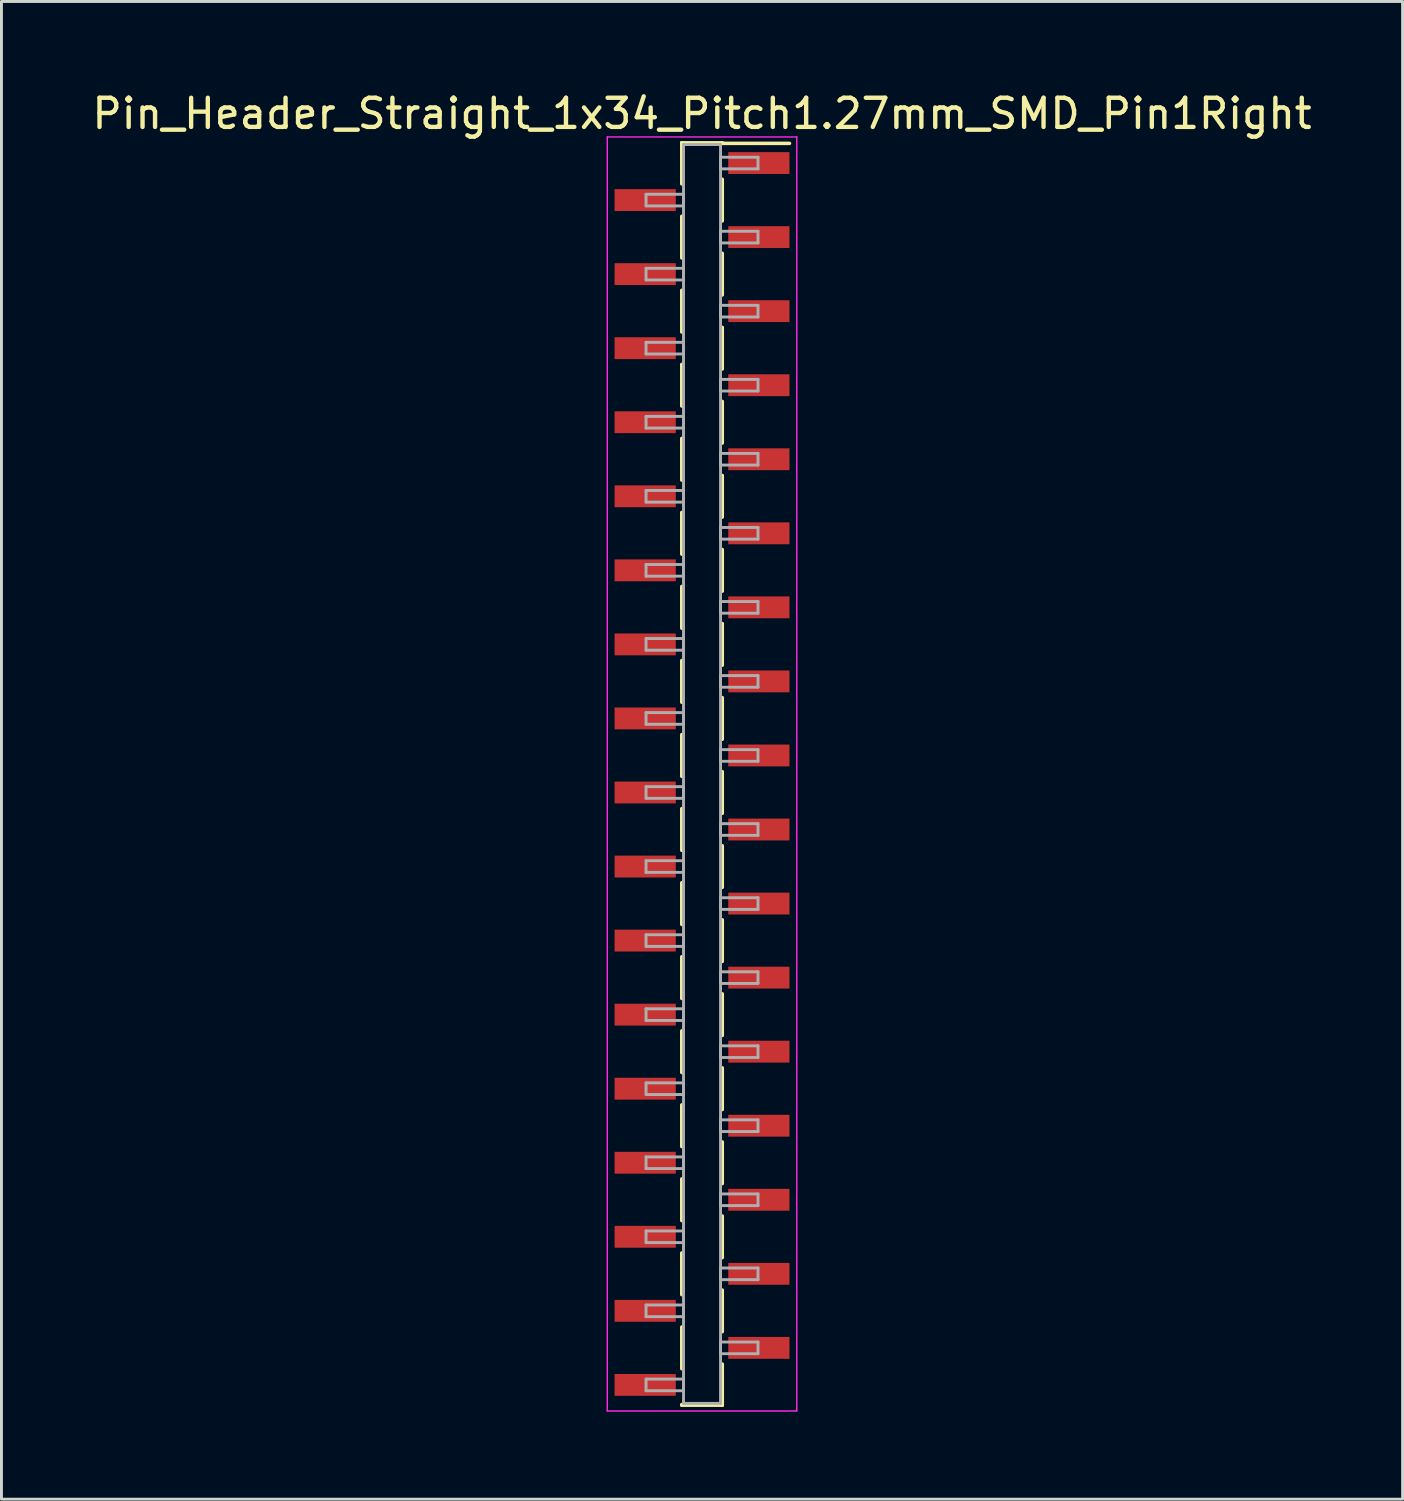
<source format=kicad_pcb>
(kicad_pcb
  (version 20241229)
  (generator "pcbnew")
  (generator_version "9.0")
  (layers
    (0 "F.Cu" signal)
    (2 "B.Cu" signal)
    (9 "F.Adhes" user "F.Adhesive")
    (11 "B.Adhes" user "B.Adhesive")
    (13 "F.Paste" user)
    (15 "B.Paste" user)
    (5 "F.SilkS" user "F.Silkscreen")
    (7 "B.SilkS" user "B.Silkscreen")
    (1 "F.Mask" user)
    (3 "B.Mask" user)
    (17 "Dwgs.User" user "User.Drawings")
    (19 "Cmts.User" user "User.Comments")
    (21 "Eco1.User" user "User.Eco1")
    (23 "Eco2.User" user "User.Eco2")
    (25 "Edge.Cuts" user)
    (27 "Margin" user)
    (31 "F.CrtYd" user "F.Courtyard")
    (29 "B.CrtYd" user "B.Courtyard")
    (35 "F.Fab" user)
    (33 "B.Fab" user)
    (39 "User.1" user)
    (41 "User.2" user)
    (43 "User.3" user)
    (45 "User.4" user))
  (footprint "Pin_Header_Straight_1x34_Pitch1.27mm_SMD_Pin1Right"
    (layer "F.Cu")
    (at 21.03 23.498)
    (property "Reference" "Pin_Header_Straight_1x34_Pitch1.27mm_SMD_Pin1Right" (at 0 -22.65 0) (layer "F.SilkS") (effects (font (size 1 1) (thickness 0.15))))
    (attr smd)
    (fp_line (start -0.695 -21.65) (end -0.695 -20.24) (stroke (width 0.12) (type solid)) (layer "F.SilkS"))
    (fp_line (start -0.695 -21.65) (end 0.695 -21.65) (stroke (width 0.12) (type solid)) (layer "F.SilkS"))
    (fp_line (start -0.695 -21.63) (end -0.695 -21.65) (stroke (width 0.12) (type solid)) (layer "F.SilkS"))
    (fp_line (start -0.695 -19.13) (end -0.695 -17.7) (stroke (width 0.12) (type solid)) (layer "F.SilkS"))
    (fp_line (start -0.695 -16.59) (end -0.695 -15.16) (stroke (width 0.12) (type solid)) (layer "F.SilkS"))
    (fp_line (start -0.695 -14.05) (end -0.695 -12.62) (stroke (width 0.12) (type solid)) (layer "F.SilkS"))
    (fp_line (start -0.695 -11.51) (end -0.695 -10.08) (stroke (width 0.12) (type solid)) (layer "F.SilkS"))
    (fp_line (start -0.695 -8.97) (end -0.695 -7.54) (stroke (width 0.12) (type solid)) (layer "F.SilkS"))
    (fp_line (start -0.695 -6.43) (end -0.695 -5) (stroke (width 0.12) (type solid)) (layer "F.SilkS"))
    (fp_line (start -0.695 -3.89) (end -0.695 -2.46) (stroke (width 0.12) (type solid)) (layer "F.SilkS"))
    (fp_line (start -0.695 -1.35) (end -0.695 0.08) (stroke (width 0.12) (type solid)) (layer "F.SilkS"))
    (fp_line (start -0.695 1.19) (end -0.695 2.62) (stroke (width 0.12) (type solid)) (layer "F.SilkS"))
    (fp_line (start -0.695 3.73) (end -0.695 5.16) (stroke (width 0.12) (type solid)) (layer "F.SilkS"))
    (fp_line (start -0.695 6.27) (end -0.695 7.7) (stroke (width 0.12) (type solid)) (layer "F.SilkS"))
    (fp_line (start -0.695 8.81) (end -0.695 10.24) (stroke (width 0.12) (type solid)) (layer "F.SilkS"))
    (fp_line (start -0.695 11.35) (end -0.695 12.78) (stroke (width 0.12) (type solid)) (layer "F.SilkS"))
    (fp_line (start -0.695 13.89) (end -0.695 15.32) (stroke (width 0.12) (type solid)) (layer "F.SilkS"))
    (fp_line (start -0.695 16.43) (end -0.695 17.86) (stroke (width 0.12) (type solid)) (layer "F.SilkS"))
    (fp_line (start -0.695 18.97) (end -0.695 20.4) (stroke (width 0.12) (type solid)) (layer "F.SilkS"))
    (fp_line (start -0.695 21.63) (end -0.695 21.65) (stroke (width 0.12) (type solid)) (layer "F.SilkS"))
    (fp_line (start -0.695 21.65) (end 0.695 21.65) (stroke (width 0.12) (type solid)) (layer "F.SilkS"))
    (fp_line (start 0.695 -21.65) (end 0.695 -21.63) (stroke (width 0.12) (type solid)) (layer "F.SilkS"))
    (fp_line (start 0.695 -21.63) (end 3 -21.63) (stroke (width 0.12) (type solid)) (layer "F.SilkS"))
    (fp_line (start 0.695 -20.4) (end 0.695 -18.97) (stroke (width 0.12) (type solid)) (layer "F.SilkS"))
    (fp_line (start 0.695 -17.86) (end 0.695 -16.43) (stroke (width 0.12) (type solid)) (layer "F.SilkS"))
    (fp_line (start 0.695 -15.32) (end 0.695 -13.89) (stroke (width 0.12) (type solid)) (layer "F.SilkS"))
    (fp_line (start 0.695 -12.78) (end 0.695 -11.35) (stroke (width 0.12) (type solid)) (layer "F.SilkS"))
    (fp_line (start 0.695 -10.24) (end 0.695 -8.81) (stroke (width 0.12) (type solid)) (layer "F.SilkS"))
    (fp_line (start 0.695 -7.7) (end 0.695 -6.27) (stroke (width 0.12) (type solid)) (layer "F.SilkS"))
    (fp_line (start 0.695 -5.16) (end 0.695 -3.73) (stroke (width 0.12) (type solid)) (layer "F.SilkS"))
    (fp_line (start 0.695 -2.62) (end 0.695 -1.19) (stroke (width 0.12) (type solid)) (layer "F.SilkS"))
    (fp_line (start 0.695 -0.08) (end 0.695 1.35) (stroke (width 0.12) (type solid)) (layer "F.SilkS"))
    (fp_line (start 0.695 2.46) (end 0.695 3.89) (stroke (width 0.12) (type solid)) (layer "F.SilkS"))
    (fp_line (start 0.695 5) (end 0.695 6.43) (stroke (width 0.12) (type solid)) (layer "F.SilkS"))
    (fp_line (start 0.695 7.54) (end 0.695 8.97) (stroke (width 0.12) (type solid)) (layer "F.SilkS"))
    (fp_line (start 0.695 10.08) (end 0.695 11.51) (stroke (width 0.12) (type solid)) (layer "F.SilkS"))
    (fp_line (start 0.695 12.62) (end 0.695 14.05) (stroke (width 0.12) (type solid)) (layer "F.SilkS"))
    (fp_line (start 0.695 15.16) (end 0.695 16.59) (stroke (width 0.12) (type solid)) (layer "F.SilkS"))
    (fp_line (start 0.695 17.7) (end 0.695 19.13) (stroke (width 0.12) (type solid)) (layer "F.SilkS"))
    (fp_line (start 0.695 20.24) (end 0.695 21.65) (stroke (width 0.12) (type solid)) (layer "F.SilkS"))
    (fp_line (start 0.695 21.65) (end 0.695 21.63) (stroke (width 0.12) (type solid)) (layer "F.SilkS"))
    (fp_line (start -3.25 -21.85) (end -3.25 21.85) (stroke (width 0.05) (type solid)) (layer "F.CrtYd"))
    (fp_line (start -3.25 21.85) (end 3.25 21.85) (stroke (width 0.05) (type solid)) (layer "F.CrtYd"))
    (fp_line (start 3.25 -21.85) (end -3.25 -21.85) (stroke (width 0.05) (type solid)) (layer "F.CrtYd"))
    (fp_line (start 3.25 21.85) (end 3.25 -21.85) (stroke (width 0.05) (type solid)) (layer "F.CrtYd"))
    (fp_line (start -1.92 -19.885) (end -0.635 -19.885) (stroke (width 0.1) (type solid)) (layer "F.Fab"))
    (fp_line (start -1.92 -19.485) (end -1.92 -19.885) (stroke (width 0.1) (type solid)) (layer "F.Fab"))
    (fp_line (start -1.92 -17.345) (end -0.635 -17.345) (stroke (width 0.1) (type solid)) (layer "F.Fab"))
    (fp_line (start -1.92 -16.945) (end -1.92 -17.345) (stroke (width 0.1) (type solid)) (layer "F.Fab"))
    (fp_line (start -1.92 -14.805) (end -0.635 -14.805) (stroke (width 0.1) (type solid)) (layer "F.Fab"))
    (fp_line (start -1.92 -14.405) (end -1.92 -14.805) (stroke (width 0.1) (type solid)) (layer "F.Fab"))
    (fp_line (start -1.92 -12.265) (end -0.635 -12.265) (stroke (width 0.1) (type solid)) (layer "F.Fab"))
    (fp_line (start -1.92 -11.865) (end -1.92 -12.265) (stroke (width 0.1) (type solid)) (layer "F.Fab"))
    (fp_line (start -1.92 -9.725) (end -0.635 -9.725) (stroke (width 0.1) (type solid)) (layer "F.Fab"))
    (fp_line (start -1.92 -9.325) (end -1.92 -9.725) (stroke (width 0.1) (type solid)) (layer "F.Fab"))
    (fp_line (start -1.92 -7.185) (end -0.635 -7.185) (stroke (width 0.1) (type solid)) (layer "F.Fab"))
    (fp_line (start -1.92 -6.785) (end -1.92 -7.185) (stroke (width 0.1) (type solid)) (layer "F.Fab"))
    (fp_line (start -1.92 -4.645) (end -0.635 -4.645) (stroke (width 0.1) (type solid)) (layer "F.Fab"))
    (fp_line (start -1.92 -4.245) (end -1.92 -4.645) (stroke (width 0.1) (type solid)) (layer "F.Fab"))
    (fp_line (start -1.92 -2.105) (end -0.635 -2.105) (stroke (width 0.1) (type solid)) (layer "F.Fab"))
    (fp_line (start -1.92 -1.705) (end -1.92 -2.105) (stroke (width 0.1) (type solid)) (layer "F.Fab"))
    (fp_line (start -1.92 0.435) (end -0.635 0.435) (stroke (width 0.1) (type solid)) (layer "F.Fab"))
    (fp_line (start -1.92 0.835) (end -1.92 0.435) (stroke (width 0.1) (type solid)) (layer "F.Fab"))
    (fp_line (start -1.92 2.975) (end -0.635 2.975) (stroke (width 0.1) (type solid)) (layer "F.Fab"))
    (fp_line (start -1.92 3.375) (end -1.92 2.975) (stroke (width 0.1) (type solid)) (layer "F.Fab"))
    (fp_line (start -1.92 5.515) (end -0.635 5.515) (stroke (width 0.1) (type solid)) (layer "F.Fab"))
    (fp_line (start -1.92 5.915) (end -1.92 5.515) (stroke (width 0.1) (type solid)) (layer "F.Fab"))
    (fp_line (start -1.92 8.055) (end -0.635 8.055) (stroke (width 0.1) (type solid)) (layer "F.Fab"))
    (fp_line (start -1.92 8.455) (end -1.92 8.055) (stroke (width 0.1) (type solid)) (layer "F.Fab"))
    (fp_line (start -1.92 10.595) (end -0.635 10.595) (stroke (width 0.1) (type solid)) (layer "F.Fab"))
    (fp_line (start -1.92 10.995) (end -1.92 10.595) (stroke (width 0.1) (type solid)) (layer "F.Fab"))
    (fp_line (start -1.92 13.135) (end -0.635 13.135) (stroke (width 0.1) (type solid)) (layer "F.Fab"))
    (fp_line (start -1.92 13.535) (end -1.92 13.135) (stroke (width 0.1) (type solid)) (layer "F.Fab"))
    (fp_line (start -1.92 15.675) (end -0.635 15.675) (stroke (width 0.1) (type solid)) (layer "F.Fab"))
    (fp_line (start -1.92 16.075) (end -1.92 15.675) (stroke (width 0.1) (type solid)) (layer "F.Fab"))
    (fp_line (start -1.92 18.215) (end -0.635 18.215) (stroke (width 0.1) (type solid)) (layer "F.Fab"))
    (fp_line (start -1.92 18.615) (end -1.92 18.215) (stroke (width 0.1) (type solid)) (layer "F.Fab"))
    (fp_line (start -1.92 20.755) (end -0.635 20.755) (stroke (width 0.1) (type solid)) (layer "F.Fab"))
    (fp_line (start -1.92 21.155) (end -1.92 20.755) (stroke (width 0.1) (type solid)) (layer "F.Fab"))
    (fp_line (start -0.635 -21.59) (end -0.635 21.59) (stroke (width 0.1) (type solid)) (layer "F.Fab"))
    (fp_line (start -0.635 -19.885) (end -0.635 -19.485) (stroke (width 0.1) (type solid)) (layer "F.Fab"))
    (fp_line (start -0.635 -19.485) (end -1.92 -19.485) (stroke (width 0.1) (type solid)) (layer "F.Fab"))
    (fp_line (start -0.635 -17.345) (end -0.635 -16.945) (stroke (width 0.1) (type solid)) (layer "F.Fab"))
    (fp_line (start -0.635 -16.945) (end -1.92 -16.945) (stroke (width 0.1) (type solid)) (layer "F.Fab"))
    (fp_line (start -0.635 -14.805) (end -0.635 -14.405) (stroke (width 0.1) (type solid)) (layer "F.Fab"))
    (fp_line (start -0.635 -14.405) (end -1.92 -14.405) (stroke (width 0.1) (type solid)) (layer "F.Fab"))
    (fp_line (start -0.635 -12.265) (end -0.635 -11.865) (stroke (width 0.1) (type solid)) (layer "F.Fab"))
    (fp_line (start -0.635 -11.865) (end -1.92 -11.865) (stroke (width 0.1) (type solid)) (layer "F.Fab"))
    (fp_line (start -0.635 -9.725) (end -0.635 -9.325) (stroke (width 0.1) (type solid)) (layer "F.Fab"))
    (fp_line (start -0.635 -9.325) (end -1.92 -9.325) (stroke (width 0.1) (type solid)) (layer "F.Fab"))
    (fp_line (start -0.635 -7.185) (end -0.635 -6.785) (stroke (width 0.1) (type solid)) (layer "F.Fab"))
    (fp_line (start -0.635 -6.785) (end -1.92 -6.785) (stroke (width 0.1) (type solid)) (layer "F.Fab"))
    (fp_line (start -0.635 -4.645) (end -0.635 -4.245) (stroke (width 0.1) (type solid)) (layer "F.Fab"))
    (fp_line (start -0.635 -4.245) (end -1.92 -4.245) (stroke (width 0.1) (type solid)) (layer "F.Fab"))
    (fp_line (start -0.635 -2.105) (end -0.635 -1.705) (stroke (width 0.1) (type solid)) (layer "F.Fab"))
    (fp_line (start -0.635 -1.705) (end -1.92 -1.705) (stroke (width 0.1) (type solid)) (layer "F.Fab"))
    (fp_line (start -0.635 0.435) (end -0.635 0.835) (stroke (width 0.1) (type solid)) (layer "F.Fab"))
    (fp_line (start -0.635 0.835) (end -1.92 0.835) (stroke (width 0.1) (type solid)) (layer "F.Fab"))
    (fp_line (start -0.635 2.975) (end -0.635 3.375) (stroke (width 0.1) (type solid)) (layer "F.Fab"))
    (fp_line (start -0.635 3.375) (end -1.92 3.375) (stroke (width 0.1) (type solid)) (layer "F.Fab"))
    (fp_line (start -0.635 5.515) (end -0.635 5.915) (stroke (width 0.1) (type solid)) (layer "F.Fab"))
    (fp_line (start -0.635 5.915) (end -1.92 5.915) (stroke (width 0.1) (type solid)) (layer "F.Fab"))
    (fp_line (start -0.635 8.055) (end -0.635 8.455) (stroke (width 0.1) (type solid)) (layer "F.Fab"))
    (fp_line (start -0.635 8.455) (end -1.92 8.455) (stroke (width 0.1) (type solid)) (layer "F.Fab"))
    (fp_line (start -0.635 10.595) (end -0.635 10.995) (stroke (width 0.1) (type solid)) (layer "F.Fab"))
    (fp_line (start -0.635 10.995) (end -1.92 10.995) (stroke (width 0.1) (type solid)) (layer "F.Fab"))
    (fp_line (start -0.635 13.135) (end -0.635 13.535) (stroke (width 0.1) (type solid)) (layer "F.Fab"))
    (fp_line (start -0.635 13.535) (end -1.92 13.535) (stroke (width 0.1) (type solid)) (layer "F.Fab"))
    (fp_line (start -0.635 15.675) (end -0.635 16.075) (stroke (width 0.1) (type solid)) (layer "F.Fab"))
    (fp_line (start -0.635 16.075) (end -1.92 16.075) (stroke (width 0.1) (type solid)) (layer "F.Fab"))
    (fp_line (start -0.635 18.215) (end -0.635 18.615) (stroke (width 0.1) (type solid)) (layer "F.Fab"))
    (fp_line (start -0.635 18.615) (end -1.92 18.615) (stroke (width 0.1) (type solid)) (layer "F.Fab"))
    (fp_line (start -0.635 20.755) (end -0.635 21.155) (stroke (width 0.1) (type solid)) (layer "F.Fab"))
    (fp_line (start -0.635 21.155) (end -1.92 21.155) (stroke (width 0.1) (type solid)) (layer "F.Fab"))
    (fp_line (start -0.635 21.59) (end 0.635 21.59) (stroke (width 0.1) (type solid)) (layer "F.Fab"))
    (fp_line (start 0.635 -21.59) (end -0.635 -21.59) (stroke (width 0.1) (type solid)) (layer "F.Fab"))
    (fp_line (start 0.635 -21.155) (end 0.635 -20.755) (stroke (width 0.1) (type solid)) (layer "F.Fab"))
    (fp_line (start 0.635 -20.755) (end 1.92 -20.755) (stroke (width 0.1) (type solid)) (layer "F.Fab"))
    (fp_line (start 0.635 -18.615) (end 0.635 -18.215) (stroke (width 0.1) (type solid)) (layer "F.Fab"))
    (fp_line (start 0.635 -18.215) (end 1.92 -18.215) (stroke (width 0.1) (type solid)) (layer "F.Fab"))
    (fp_line (start 0.635 -16.075) (end 0.635 -15.675) (stroke (width 0.1) (type solid)) (layer "F.Fab"))
    (fp_line (start 0.635 -15.675) (end 1.92 -15.675) (stroke (width 0.1) (type solid)) (layer "F.Fab"))
    (fp_line (start 0.635 -13.535) (end 0.635 -13.135) (stroke (width 0.1) (type solid)) (layer "F.Fab"))
    (fp_line (start 0.635 -13.135) (end 1.92 -13.135) (stroke (width 0.1) (type solid)) (layer "F.Fab"))
    (fp_line (start 0.635 -10.995) (end 0.635 -10.595) (stroke (width 0.1) (type solid)) (layer "F.Fab"))
    (fp_line (start 0.635 -10.595) (end 1.92 -10.595) (stroke (width 0.1) (type solid)) (layer "F.Fab"))
    (fp_line (start 0.635 -8.455) (end 0.635 -8.055) (stroke (width 0.1) (type solid)) (layer "F.Fab"))
    (fp_line (start 0.635 -8.055) (end 1.92 -8.055) (stroke (width 0.1) (type solid)) (layer "F.Fab"))
    (fp_line (start 0.635 -5.915) (end 0.635 -5.515) (stroke (width 0.1) (type solid)) (layer "F.Fab"))
    (fp_line (start 0.635 -5.515) (end 1.92 -5.515) (stroke (width 0.1) (type solid)) (layer "F.Fab"))
    (fp_line (start 0.635 -3.375) (end 0.635 -2.975) (stroke (width 0.1) (type solid)) (layer "F.Fab"))
    (fp_line (start 0.635 -2.975) (end 1.92 -2.975) (stroke (width 0.1) (type solid)) (layer "F.Fab"))
    (fp_line (start 0.635 -0.835) (end 0.635 -0.435) (stroke (width 0.1) (type solid)) (layer "F.Fab"))
    (fp_line (start 0.635 -0.435) (end 1.92 -0.435) (stroke (width 0.1) (type solid)) (layer "F.Fab"))
    (fp_line (start 0.635 1.705) (end 0.635 2.105) (stroke (width 0.1) (type solid)) (layer "F.Fab"))
    (fp_line (start 0.635 2.105) (end 1.92 2.105) (stroke (width 0.1) (type solid)) (layer "F.Fab"))
    (fp_line (start 0.635 4.245) (end 0.635 4.645) (stroke (width 0.1) (type solid)) (layer "F.Fab"))
    (fp_line (start 0.635 4.645) (end 1.92 4.645) (stroke (width 0.1) (type solid)) (layer "F.Fab"))
    (fp_line (start 0.635 6.785) (end 0.635 7.185) (stroke (width 0.1) (type solid)) (layer "F.Fab"))
    (fp_line (start 0.635 7.185) (end 1.92 7.185) (stroke (width 0.1) (type solid)) (layer "F.Fab"))
    (fp_line (start 0.635 9.325) (end 0.635 9.725) (stroke (width 0.1) (type solid)) (layer "F.Fab"))
    (fp_line (start 0.635 9.725) (end 1.92 9.725) (stroke (width 0.1) (type solid)) (layer "F.Fab"))
    (fp_line (start 0.635 11.865) (end 0.635 12.265) (stroke (width 0.1) (type solid)) (layer "F.Fab"))
    (fp_line (start 0.635 12.265) (end 1.92 12.265) (stroke (width 0.1) (type solid)) (layer "F.Fab"))
    (fp_line (start 0.635 14.405) (end 0.635 14.805) (stroke (width 0.1) (type solid)) (layer "F.Fab"))
    (fp_line (start 0.635 14.805) (end 1.92 14.805) (stroke (width 0.1) (type solid)) (layer "F.Fab"))
    (fp_line (start 0.635 16.945) (end 0.635 17.345) (stroke (width 0.1) (type solid)) (layer "F.Fab"))
    (fp_line (start 0.635 17.345) (end 1.92 17.345) (stroke (width 0.1) (type solid)) (layer "F.Fab"))
    (fp_line (start 0.635 19.485) (end 0.635 19.885) (stroke (width 0.1) (type solid)) (layer "F.Fab"))
    (fp_line (start 0.635 19.885) (end 1.92 19.885) (stroke (width 0.1) (type solid)) (layer "F.Fab"))
    (fp_line (start 0.635 21.59) (end 0.635 -21.59) (stroke (width 0.1) (type solid)) (layer "F.Fab"))
    (fp_line (start 1.92 -21.155) (end 0.635 -21.155) (stroke (width 0.1) (type solid)) (layer "F.Fab"))
    (fp_line (start 1.92 -20.755) (end 1.92 -21.155) (stroke (width 0.1) (type solid)) (layer "F.Fab"))
    (fp_line (start 1.92 -18.615) (end 0.635 -18.615) (stroke (width 0.1) (type solid)) (layer "F.Fab"))
    (fp_line (start 1.92 -18.215) (end 1.92 -18.615) (stroke (width 0.1) (type solid)) (layer "F.Fab"))
    (fp_line (start 1.92 -16.075) (end 0.635 -16.075) (stroke (width 0.1) (type solid)) (layer "F.Fab"))
    (fp_line (start 1.92 -15.675) (end 1.92 -16.075) (stroke (width 0.1) (type solid)) (layer "F.Fab"))
    (fp_line (start 1.92 -13.535) (end 0.635 -13.535) (stroke (width 0.1) (type solid)) (layer "F.Fab"))
    (fp_line (start 1.92 -13.135) (end 1.92 -13.535) (stroke (width 0.1) (type solid)) (layer "F.Fab"))
    (fp_line (start 1.92 -10.995) (end 0.635 -10.995) (stroke (width 0.1) (type solid)) (layer "F.Fab"))
    (fp_line (start 1.92 -10.595) (end 1.92 -10.995) (stroke (width 0.1) (type solid)) (layer "F.Fab"))
    (fp_line (start 1.92 -8.455) (end 0.635 -8.455) (stroke (width 0.1) (type solid)) (layer "F.Fab"))
    (fp_line (start 1.92 -8.055) (end 1.92 -8.455) (stroke (width 0.1) (type solid)) (layer "F.Fab"))
    (fp_line (start 1.92 -5.915) (end 0.635 -5.915) (stroke (width 0.1) (type solid)) (layer "F.Fab"))
    (fp_line (start 1.92 -5.515) (end 1.92 -5.915) (stroke (width 0.1) (type solid)) (layer "F.Fab"))
    (fp_line (start 1.92 -3.375) (end 0.635 -3.375) (stroke (width 0.1) (type solid)) (layer "F.Fab"))
    (fp_line (start 1.92 -2.975) (end 1.92 -3.375) (stroke (width 0.1) (type solid)) (layer "F.Fab"))
    (fp_line (start 1.92 -0.835) (end 0.635 -0.835) (stroke (width 0.1) (type solid)) (layer "F.Fab"))
    (fp_line (start 1.92 -0.435) (end 1.92 -0.835) (stroke (width 0.1) (type solid)) (layer "F.Fab"))
    (fp_line (start 1.92 1.705) (end 0.635 1.705) (stroke (width 0.1) (type solid)) (layer "F.Fab"))
    (fp_line (start 1.92 2.105) (end 1.92 1.705) (stroke (width 0.1) (type solid)) (layer "F.Fab"))
    (fp_line (start 1.92 4.245) (end 0.635 4.245) (stroke (width 0.1) (type solid)) (layer "F.Fab"))
    (fp_line (start 1.92 4.645) (end 1.92 4.245) (stroke (width 0.1) (type solid)) (layer "F.Fab"))
    (fp_line (start 1.92 6.785) (end 0.635 6.785) (stroke (width 0.1) (type solid)) (layer "F.Fab"))
    (fp_line (start 1.92 7.185) (end 1.92 6.785) (stroke (width 0.1) (type solid)) (layer "F.Fab"))
    (fp_line (start 1.92 9.325) (end 0.635 9.325) (stroke (width 0.1) (type solid)) (layer "F.Fab"))
    (fp_line (start 1.92 9.725) (end 1.92 9.325) (stroke (width 0.1) (type solid)) (layer "F.Fab"))
    (fp_line (start 1.92 11.865) (end 0.635 11.865) (stroke (width 0.1) (type solid)) (layer "F.Fab"))
    (fp_line (start 1.92 12.265) (end 1.92 11.865) (stroke (width 0.1) (type solid)) (layer "F.Fab"))
    (fp_line (start 1.92 14.405) (end 0.635 14.405) (stroke (width 0.1) (type solid)) (layer "F.Fab"))
    (fp_line (start 1.92 14.805) (end 1.92 14.405) (stroke (width 0.1) (type solid)) (layer "F.Fab"))
    (fp_line (start 1.92 16.945) (end 0.635 16.945) (stroke (width 0.1) (type solid)) (layer "F.Fab"))
    (fp_line (start 1.92 17.345) (end 1.92 16.945) (stroke (width 0.1) (type solid)) (layer "F.Fab"))
    (fp_line (start 1.92 19.485) (end 0.635 19.485) (stroke (width 0.1) (type solid)) (layer "F.Fab"))
    (fp_line (start 1.92 19.885) (end 1.92 19.485) (stroke (width 0.1) (type solid)) (layer "F.Fab"))
    (pad "1" smd rect (at 1.95 -20.955) (size 2.1 0.75) (layers "F.Cu" "F.Mask"))
    (pad "2" smd rect (at -1.95 -19.685) (size 2.1 0.75) (layers "F.Cu" "F.Mask"))
    (pad "3" smd rect (at 1.95 -18.415) (size 2.1 0.75) (layers "F.Cu" "F.Mask"))
    (pad "4" smd rect (at -1.95 -17.145) (size 2.1 0.75) (layers "F.Cu" "F.Mask"))
    (pad "5" smd rect (at 1.95 -15.875) (size 2.1 0.75) (layers "F.Cu" "F.Mask"))
    (pad "6" smd rect (at -1.95 -14.605) (size 2.1 0.75) (layers "F.Cu" "F.Mask"))
    (pad "7" smd rect (at 1.95 -13.335) (size 2.1 0.75) (layers "F.Cu" "F.Mask"))
    (pad "8" smd rect (at -1.95 -12.065) (size 2.1 0.75) (layers "F.Cu" "F.Mask"))
    (pad "9" smd rect (at 1.95 -10.795) (size 2.1 0.75) (layers "F.Cu" "F.Mask"))
    (pad "10" smd rect (at -1.95 -9.525) (size 2.1 0.75) (layers "F.Cu" "F.Mask"))
    (pad "11" smd rect (at 1.95 -8.255) (size 2.1 0.75) (layers "F.Cu" "F.Mask"))
    (pad "12" smd rect (at -1.95 -6.985) (size 2.1 0.75) (layers "F.Cu" "F.Mask"))
    (pad "13" smd rect (at 1.95 -5.715) (size 2.1 0.75) (layers "F.Cu" "F.Mask"))
    (pad "14" smd rect (at -1.95 -4.445) (size 2.1 0.75) (layers "F.Cu" "F.Mask"))
    (pad "15" smd rect (at 1.95 -3.175) (size 2.1 0.75) (layers "F.Cu" "F.Mask"))
    (pad "16" smd rect (at -1.95 -1.905) (size 2.1 0.75) (layers "F.Cu" "F.Mask"))
    (pad "17" smd rect (at 1.95 -0.635) (size 2.1 0.75) (layers "F.Cu" "F.Mask"))
    (pad "18" smd rect (at -1.95 0.635) (size 2.1 0.75) (layers "F.Cu" "F.Mask"))
    (pad "19" smd rect (at 1.95 1.905) (size 2.1 0.75) (layers "F.Cu" "F.Mask"))
    (pad "20" smd rect (at -1.95 3.175) (size 2.1 0.75) (layers "F.Cu" "F.Mask"))
    (pad "21" smd rect (at 1.95 4.445) (size 2.1 0.75) (layers "F.Cu" "F.Mask"))
    (pad "22" smd rect (at -1.95 5.715) (size 2.1 0.75) (layers "F.Cu" "F.Mask"))
    (pad "23" smd rect (at 1.95 6.985) (size 2.1 0.75) (layers "F.Cu" "F.Mask"))
    (pad "24" smd rect (at -1.95 8.255) (size 2.1 0.75) (layers "F.Cu" "F.Mask"))
    (pad "25" smd rect (at 1.95 9.525) (size 2.1 0.75) (layers "F.Cu" "F.Mask"))
    (pad "26" smd rect (at -1.95 10.795) (size 2.1 0.75) (layers "F.Cu" "F.Mask"))
    (pad "27" smd rect (at 1.95 12.065) (size 2.1 0.75) (layers "F.Cu" "F.Mask"))
    (pad "28" smd rect (at -1.95 13.335) (size 2.1 0.75) (layers "F.Cu" "F.Mask"))
    (pad "29" smd rect (at 1.95 14.605) (size 2.1 0.75) (layers "F.Cu" "F.Mask"))
    (pad "30" smd rect (at -1.95 15.875) (size 2.1 0.75) (layers "F.Cu" "F.Mask"))
    (pad "31" smd rect (at 1.95 17.145) (size 2.1 0.75) (layers "F.Cu" "F.Mask"))
    (pad "32" smd rect (at -1.95 18.415) (size 2.1 0.75) (layers "F.Cu" "F.Mask"))
    (pad "33" smd rect (at 1.95 19.685) (size 2.1 0.75) (layers "F.Cu" "F.Mask"))
    (pad "34" smd rect (at -1.95 20.955) (size 2.1 0.75) (layers "F.Cu" "F.Mask")))
  (gr_rect
    (start -3 -3)
    (end 45.06 48.373)
    (stroke (width 0.1) (type default))
    (fill no)
    (layer "Edge.Cuts")))
</source>
